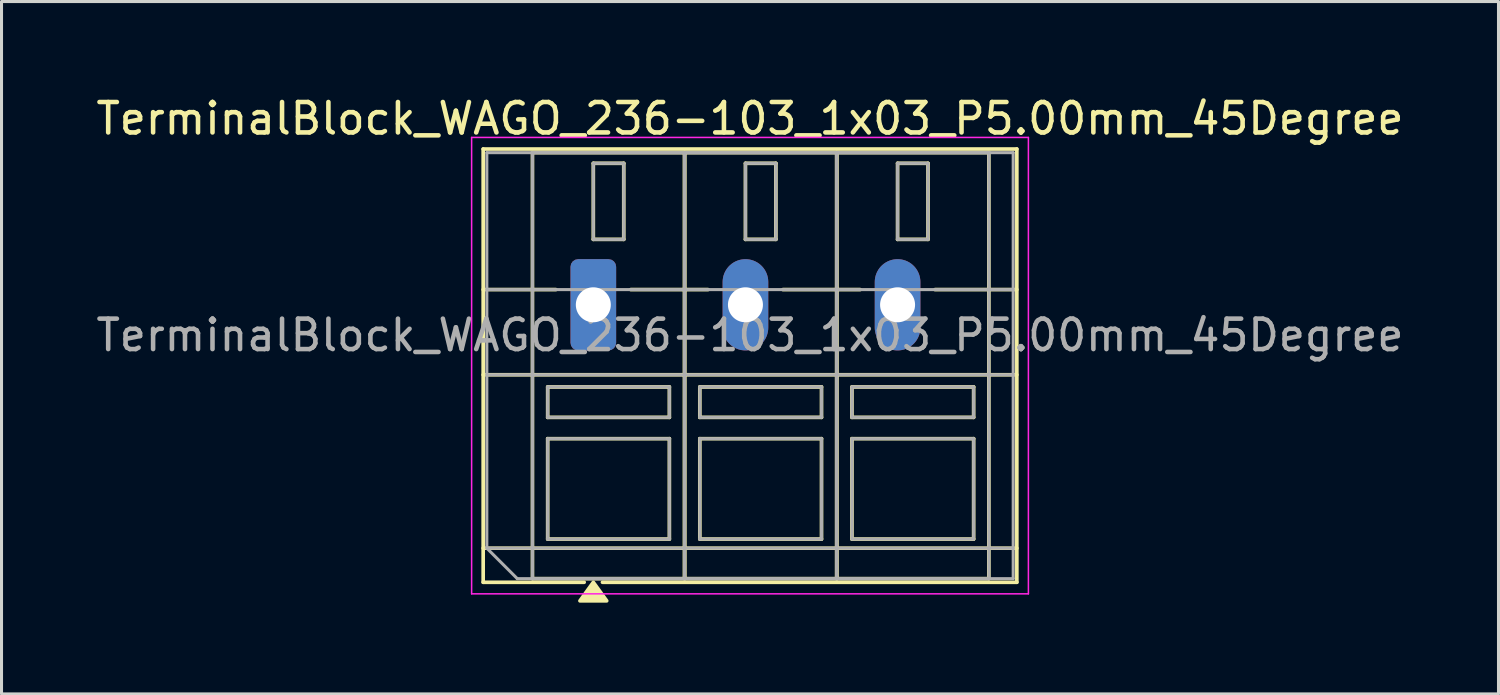
<source format=kicad_pcb>
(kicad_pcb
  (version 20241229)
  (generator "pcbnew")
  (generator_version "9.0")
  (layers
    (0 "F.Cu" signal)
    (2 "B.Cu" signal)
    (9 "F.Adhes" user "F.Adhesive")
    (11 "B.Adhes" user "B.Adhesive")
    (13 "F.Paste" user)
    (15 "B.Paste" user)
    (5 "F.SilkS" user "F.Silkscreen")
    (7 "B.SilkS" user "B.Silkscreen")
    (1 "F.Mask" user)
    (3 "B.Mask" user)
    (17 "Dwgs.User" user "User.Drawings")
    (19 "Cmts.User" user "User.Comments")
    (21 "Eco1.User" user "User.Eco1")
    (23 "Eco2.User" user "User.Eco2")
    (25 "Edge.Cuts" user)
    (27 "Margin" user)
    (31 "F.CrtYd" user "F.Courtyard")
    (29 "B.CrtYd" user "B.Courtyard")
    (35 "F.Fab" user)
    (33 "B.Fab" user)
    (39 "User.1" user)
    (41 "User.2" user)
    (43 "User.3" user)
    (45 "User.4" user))
  (footprint "TerminalBlock_WAGO_236-103_1x03_P5.00mm_45Degree"
    (layer "F.Cu")
    (at 16.451 6.968)
    (property "Reference" "TerminalBlock_WAGO_236-103_1x03_P5.00mm_45Degree" (at 5.15 -6.12 0) (layer "F.SilkS") (effects (font (size 1 1) (thickness 0.15))))
    (attr through_hole)
    (fp_line (start -3.62 -5.12) (end -3.62 9.12) (stroke (width 0.12) (type solid)) (layer "F.SilkS"))
    (fp_line (start -3.62 -5.12) (end 13.92 -5.12) (stroke (width 0.12) (type solid)) (layer "F.SilkS"))
    (fp_line (start -3.62 -0.5) (end -1.23 -0.5) (stroke (width 0.12) (type solid)) (layer "F.SilkS"))
    (fp_line (start -3.62 2.3) (end 13.92 2.3) (stroke (width 0.12) (type solid)) (layer "F.SilkS"))
    (fp_line (start -3.62 8) (end 13.92 8) (stroke (width 0.12) (type solid)) (layer "F.SilkS"))
    (fp_line (start -3.62 9.12) (end -0.3 9.12) (stroke (width 0.12) (type solid)) (layer "F.SilkS"))
    (fp_line (start -2 -5) (end -2 9) (stroke (width 0.12) (type solid)) (layer "F.SilkS"))
    (fp_line (start -2 -5) (end 3 -5) (stroke (width 0.12) (type solid)) (layer "F.SilkS"))
    (fp_line (start -2 9) (end 3 9) (stroke (width 0.12) (type solid)) (layer "F.SilkS"))
    (fp_line (start -1.5 2.7) (end -1.5 3.7) (stroke (width 0.12) (type solid)) (layer "F.SilkS"))
    (fp_line (start -1.5 2.7) (end 2.5 2.7) (stroke (width 0.12) (type solid)) (layer "F.SilkS"))
    (fp_line (start -1.5 3.7) (end 2.5 3.7) (stroke (width 0.12) (type solid)) (layer "F.SilkS"))
    (fp_line (start -1.5 4.4) (end -1.5 7.7) (stroke (width 0.12) (type solid)) (layer "F.SilkS"))
    (fp_line (start -1.5 4.4) (end 2.5 4.4) (stroke (width 0.12) (type solid)) (layer "F.SilkS"))
    (fp_line (start -1.5 7.7) (end 2.5 7.7) (stroke (width 0.12) (type solid)) (layer "F.SilkS"))
    (fp_line (start 0 -4.65) (end 0 -2.15) (stroke (width 0.12) (type solid)) (layer "F.SilkS"))
    (fp_line (start 0 -4.65) (end 1 -4.65) (stroke (width 0.12) (type solid)) (layer "F.SilkS"))
    (fp_line (start 0 -2.15) (end 1 -2.15) (stroke (width 0.12) (type solid)) (layer "F.SilkS"))
    (fp_line (start 0.3 9.12) (end 13.92 9.12) (stroke (width 0.12) (type solid)) (layer "F.SilkS"))
    (fp_line (start 1 -4.65) (end 1 -2.15) (stroke (width 0.12) (type solid)) (layer "F.SilkS"))
    (fp_line (start 1.23 -0.5) (end 3.77 -0.5) (stroke (width 0.12) (type solid)) (layer "F.SilkS"))
    (fp_line (start 2.5 2.7) (end 2.5 3.7) (stroke (width 0.12) (type solid)) (layer "F.SilkS"))
    (fp_line (start 2.5 4.4) (end 2.5 7.7) (stroke (width 0.12) (type solid)) (layer "F.SilkS"))
    (fp_line (start 3 -5) (end 3 9) (stroke (width 0.12) (type solid)) (layer "F.SilkS"))
    (fp_line (start 3 -5) (end 3 9) (stroke (width 0.12) (type solid)) (layer "F.SilkS"))
    (fp_line (start 3 -5) (end 8 -5) (stroke (width 0.12) (type solid)) (layer "F.SilkS"))
    (fp_line (start 3 9) (end 8 9) (stroke (width 0.12) (type solid)) (layer "F.SilkS"))
    (fp_line (start 3.5 2.7) (end 3.5 3.7) (stroke (width 0.12) (type solid)) (layer "F.SilkS"))
    (fp_line (start 3.5 2.7) (end 7.5 2.7) (stroke (width 0.12) (type solid)) (layer "F.SilkS"))
    (fp_line (start 3.5 3.7) (end 7.5 3.7) (stroke (width 0.12) (type solid)) (layer "F.SilkS"))
    (fp_line (start 3.5 4.4) (end 3.5 7.7) (stroke (width 0.12) (type solid)) (layer "F.SilkS"))
    (fp_line (start 3.5 4.4) (end 7.5 4.4) (stroke (width 0.12) (type solid)) (layer "F.SilkS"))
    (fp_line (start 3.5 7.7) (end 7.5 7.7) (stroke (width 0.12) (type solid)) (layer "F.SilkS"))
    (fp_line (start 5 -4.65) (end 5 -2.15) (stroke (width 0.12) (type solid)) (layer "F.SilkS"))
    (fp_line (start 5 -4.65) (end 6 -4.65) (stroke (width 0.12) (type solid)) (layer "F.SilkS"))
    (fp_line (start 5 -2.15) (end 6 -2.15) (stroke (width 0.12) (type solid)) (layer "F.SilkS"))
    (fp_line (start 6 -4.65) (end 6 -2.15) (stroke (width 0.12) (type solid)) (layer "F.SilkS"))
    (fp_line (start 6.23 -0.5) (end 8.77 -0.5) (stroke (width 0.12) (type solid)) (layer "F.SilkS"))
    (fp_line (start 7.5 2.7) (end 7.5 3.7) (stroke (width 0.12) (type solid)) (layer "F.SilkS"))
    (fp_line (start 7.5 4.4) (end 7.5 7.7) (stroke (width 0.12) (type solid)) (layer "F.SilkS"))
    (fp_line (start 8 -5) (end 8 9) (stroke (width 0.12) (type solid)) (layer "F.SilkS"))
    (fp_line (start 8 -5) (end 8 9) (stroke (width 0.12) (type solid)) (layer "F.SilkS"))
    (fp_line (start 8 -5) (end 13 -5) (stroke (width 0.12) (type solid)) (layer "F.SilkS"))
    (fp_line (start 8 9) (end 13 9) (stroke (width 0.12) (type solid)) (layer "F.SilkS"))
    (fp_line (start 8.5 2.7) (end 8.5 3.7) (stroke (width 0.12) (type solid)) (layer "F.SilkS"))
    (fp_line (start 8.5 2.7) (end 12.5 2.7) (stroke (width 0.12) (type solid)) (layer "F.SilkS"))
    (fp_line (start 8.5 3.7) (end 12.5 3.7) (stroke (width 0.12) (type solid)) (layer "F.SilkS"))
    (fp_line (start 8.5 4.4) (end 8.5 7.7) (stroke (width 0.12) (type solid)) (layer "F.SilkS"))
    (fp_line (start 8.5 4.4) (end 12.5 4.4) (stroke (width 0.12) (type solid)) (layer "F.SilkS"))
    (fp_line (start 8.5 7.7) (end 12.5 7.7) (stroke (width 0.12) (type solid)) (layer "F.SilkS"))
    (fp_line (start 10 -4.65) (end 10 -2.15) (stroke (width 0.12) (type solid)) (layer "F.SilkS"))
    (fp_line (start 10 -4.65) (end 11 -4.65) (stroke (width 0.12) (type solid)) (layer "F.SilkS"))
    (fp_line (start 10 -2.15) (end 11 -2.15) (stroke (width 0.12) (type solid)) (layer "F.SilkS"))
    (fp_line (start 11 -4.65) (end 11 -2.15) (stroke (width 0.12) (type solid)) (layer "F.SilkS"))
    (fp_line (start 11.23 -0.5) (end 13.92 -0.5) (stroke (width 0.12) (type solid)) (layer "F.SilkS"))
    (fp_line (start 12.5 2.7) (end 12.5 3.7) (stroke (width 0.12) (type solid)) (layer "F.SilkS"))
    (fp_line (start 12.5 4.4) (end 12.5 7.7) (stroke (width 0.12) (type solid)) (layer "F.SilkS"))
    (fp_line (start 13 -5) (end 13 9) (stroke (width 0.12) (type solid)) (layer "F.SilkS"))
    (fp_line (start 13.92 -5.12) (end 13.92 9.12) (stroke (width 0.12) (type solid)) (layer "F.SilkS"))
    (fp_poly (pts (xy 0 9.12) (xy 0.44 9.73) (xy -0.44 9.73)) (stroke (width 0.12) (type solid)) (fill yes) (layer "F.SilkS"))
    (fp_line (start -4 -5.5) (end -4 9.5) (stroke (width 0.05) (type solid)) (layer "F.CrtYd"))
    (fp_line (start -4 9.5) (end 14.3 9.5) (stroke (width 0.05) (type solid)) (layer "F.CrtYd"))
    (fp_line (start 14.3 -5.5) (end -4 -5.5) (stroke (width 0.05) (type solid)) (layer "F.CrtYd"))
    (fp_line (start 14.3 9.5) (end 14.3 -5.5) (stroke (width 0.05) (type solid)) (layer "F.CrtYd"))
    (fp_line (start -3.5 -5) (end 13.8 -5) (stroke (width 0.1) (type solid)) (layer "F.Fab"))
    (fp_line (start -3.5 -0.5) (end 13.8 -0.5) (stroke (width 0.1) (type solid)) (layer "F.Fab"))
    (fp_line (start -3.5 2.3) (end 13.8 2.3) (stroke (width 0.1) (type solid)) (layer "F.Fab"))
    (fp_line (start -3.5 8) (end -3.5 -5) (stroke (width 0.1) (type solid)) (layer "F.Fab"))
    (fp_line (start -3.5 8) (end 13.8 8) (stroke (width 0.1) (type solid)) (layer "F.Fab"))
    (fp_line (start -2.5 9) (end -3.5 8) (stroke (width 0.1) (type solid)) (layer "F.Fab"))
    (fp_line (start -2 -5) (end -2 9) (stroke (width 0.1) (type solid)) (layer "F.Fab"))
    (fp_line (start -2 9) (end 3 9) (stroke (width 0.1) (type solid)) (layer "F.Fab"))
    (fp_line (start -1.5 2.7) (end -1.5 3.7) (stroke (width 0.1) (type solid)) (layer "F.Fab"))
    (fp_line (start -1.5 3.7) (end 2.5 3.7) (stroke (width 0.1) (type solid)) (layer "F.Fab"))
    (fp_line (start -1.5 4.4) (end -1.5 7.7) (stroke (width 0.1) (type solid)) (layer "F.Fab"))
    (fp_line (start -1.5 7.7) (end 2.5 7.7) (stroke (width 0.1) (type solid)) (layer "F.Fab"))
    (fp_line (start 0 -4.65) (end 0 -2.15) (stroke (width 0.1) (type solid)) (layer "F.Fab"))
    (fp_line (start 0 -2.15) (end 1 -2.15) (stroke (width 0.1) (type solid)) (layer "F.Fab"))
    (fp_line (start 1 -4.65) (end 0 -4.65) (stroke (width 0.1) (type solid)) (layer "F.Fab"))
    (fp_line (start 1 -2.15) (end 1 -4.65) (stroke (width 0.1) (type solid)) (layer "F.Fab"))
    (fp_line (start 2.5 2.7) (end -1.5 2.7) (stroke (width 0.1) (type solid)) (layer "F.Fab"))
    (fp_line (start 2.5 3.7) (end 2.5 2.7) (stroke (width 0.1) (type solid)) (layer "F.Fab"))
    (fp_line (start 2.5 4.4) (end -1.5 4.4) (stroke (width 0.1) (type solid)) (layer "F.Fab"))
    (fp_line (start 2.5 7.7) (end 2.5 4.4) (stroke (width 0.1) (type solid)) (layer "F.Fab"))
    (fp_line (start 3 -5) (end -2 -5) (stroke (width 0.1) (type solid)) (layer "F.Fab"))
    (fp_line (start 3 -5) (end 3 9) (stroke (width 0.1) (type solid)) (layer "F.Fab"))
    (fp_line (start 3 9) (end 3 -5) (stroke (width 0.1) (type solid)) (layer "F.Fab"))
    (fp_line (start 3 9) (end 8 9) (stroke (width 0.1) (type solid)) (layer "F.Fab"))
    (fp_line (start 3.5 2.7) (end 3.5 3.7) (stroke (width 0.1) (type solid)) (layer "F.Fab"))
    (fp_line (start 3.5 3.7) (end 7.5 3.7) (stroke (width 0.1) (type solid)) (layer "F.Fab"))
    (fp_line (start 3.5 4.4) (end 3.5 7.7) (stroke (width 0.1) (type solid)) (layer "F.Fab"))
    (fp_line (start 3.5 7.7) (end 7.5 7.7) (stroke (width 0.1) (type solid)) (layer "F.Fab"))
    (fp_line (start 5 -4.65) (end 5 -2.15) (stroke (width 0.1) (type solid)) (layer "F.Fab"))
    (fp_line (start 5 -2.15) (end 6 -2.15) (stroke (width 0.1) (type solid)) (layer "F.Fab"))
    (fp_line (start 6 -4.65) (end 5 -4.65) (stroke (width 0.1) (type solid)) (layer "F.Fab"))
    (fp_line (start 6 -2.15) (end 6 -4.65) (stroke (width 0.1) (type solid)) (layer "F.Fab"))
    (fp_line (start 7.5 2.7) (end 3.5 2.7) (stroke (width 0.1) (type solid)) (layer "F.Fab"))
    (fp_line (start 7.5 3.7) (end 7.5 2.7) (stroke (width 0.1) (type solid)) (layer "F.Fab"))
    (fp_line (start 7.5 4.4) (end 3.5 4.4) (stroke (width 0.1) (type solid)) (layer "F.Fab"))
    (fp_line (start 7.5 7.7) (end 7.5 4.4) (stroke (width 0.1) (type solid)) (layer "F.Fab"))
    (fp_line (start 8 -5) (end 3 -5) (stroke (width 0.1) (type solid)) (layer "F.Fab"))
    (fp_line (start 8 -5) (end 8 9) (stroke (width 0.1) (type solid)) (layer "F.Fab"))
    (fp_line (start 8 9) (end 8 -5) (stroke (width 0.1) (type solid)) (layer "F.Fab"))
    (fp_line (start 8 9) (end 13 9) (stroke (width 0.1) (type solid)) (layer "F.Fab"))
    (fp_line (start 8.5 2.7) (end 8.5 3.7) (stroke (width 0.1) (type solid)) (layer "F.Fab"))
    (fp_line (start 8.5 3.7) (end 12.5 3.7) (stroke (width 0.1) (type solid)) (layer "F.Fab"))
    (fp_line (start 8.5 4.4) (end 8.5 7.7) (stroke (width 0.1) (type solid)) (layer "F.Fab"))
    (fp_line (start 8.5 7.7) (end 12.5 7.7) (stroke (width 0.1) (type solid)) (layer "F.Fab"))
    (fp_line (start 10 -4.65) (end 10 -2.15) (stroke (width 0.1) (type solid)) (layer "F.Fab"))
    (fp_line (start 10 -2.15) (end 11 -2.15) (stroke (width 0.1) (type solid)) (layer "F.Fab"))
    (fp_line (start 11 -4.65) (end 10 -4.65) (stroke (width 0.1) (type solid)) (layer "F.Fab"))
    (fp_line (start 11 -2.15) (end 11 -4.65) (stroke (width 0.1) (type solid)) (layer "F.Fab"))
    (fp_line (start 12.5 2.7) (end 8.5 2.7) (stroke (width 0.1) (type solid)) (layer "F.Fab"))
    (fp_line (start 12.5 3.7) (end 12.5 2.7) (stroke (width 0.1) (type solid)) (layer "F.Fab"))
    (fp_line (start 12.5 4.4) (end 8.5 4.4) (stroke (width 0.1) (type solid)) (layer "F.Fab"))
    (fp_line (start 12.5 7.7) (end 12.5 4.4) (stroke (width 0.1) (type solid)) (layer "F.Fab"))
    (fp_line (start 13 -5) (end 8 -5) (stroke (width 0.1) (type solid)) (layer "F.Fab"))
    (fp_line (start 13 9) (end 13 -5) (stroke (width 0.1) (type solid)) (layer "F.Fab"))
    (fp_line (start 13.8 -5) (end 13.8 9) (stroke (width 0.1) (type solid)) (layer "F.Fab"))
    (fp_line (start 13.8 9) (end -2.5 9) (stroke (width 0.1) (type solid)) (layer "F.Fab"))
    (fp_text user "${REFERENCE}" (at 5.15 1 0) (layer "F.Fab") (effects (font (size 1 1) (thickness 0.15))))
    (pad "1" thru_hole roundrect (at 0 0) (size 1.5 3) (drill 1.15) (layers "*.Cu" "*.Mask") (roundrect_rratio 0.167))
    (pad "2" thru_hole oval (at 5 0) (size 1.5 3) (drill 1.15) (layers "*.Cu" "*.Mask"))
    (pad "3" thru_hole oval (at 10 0) (size 1.5 3) (drill 1.15) (layers "*.Cu" "*.Mask")))
  (gr_rect
    (start -3 -3)
    (end 46.202 19.758)
    (stroke (width 0.1) (type default))
    (fill no)
    (layer "Edge.Cuts")))
</source>
